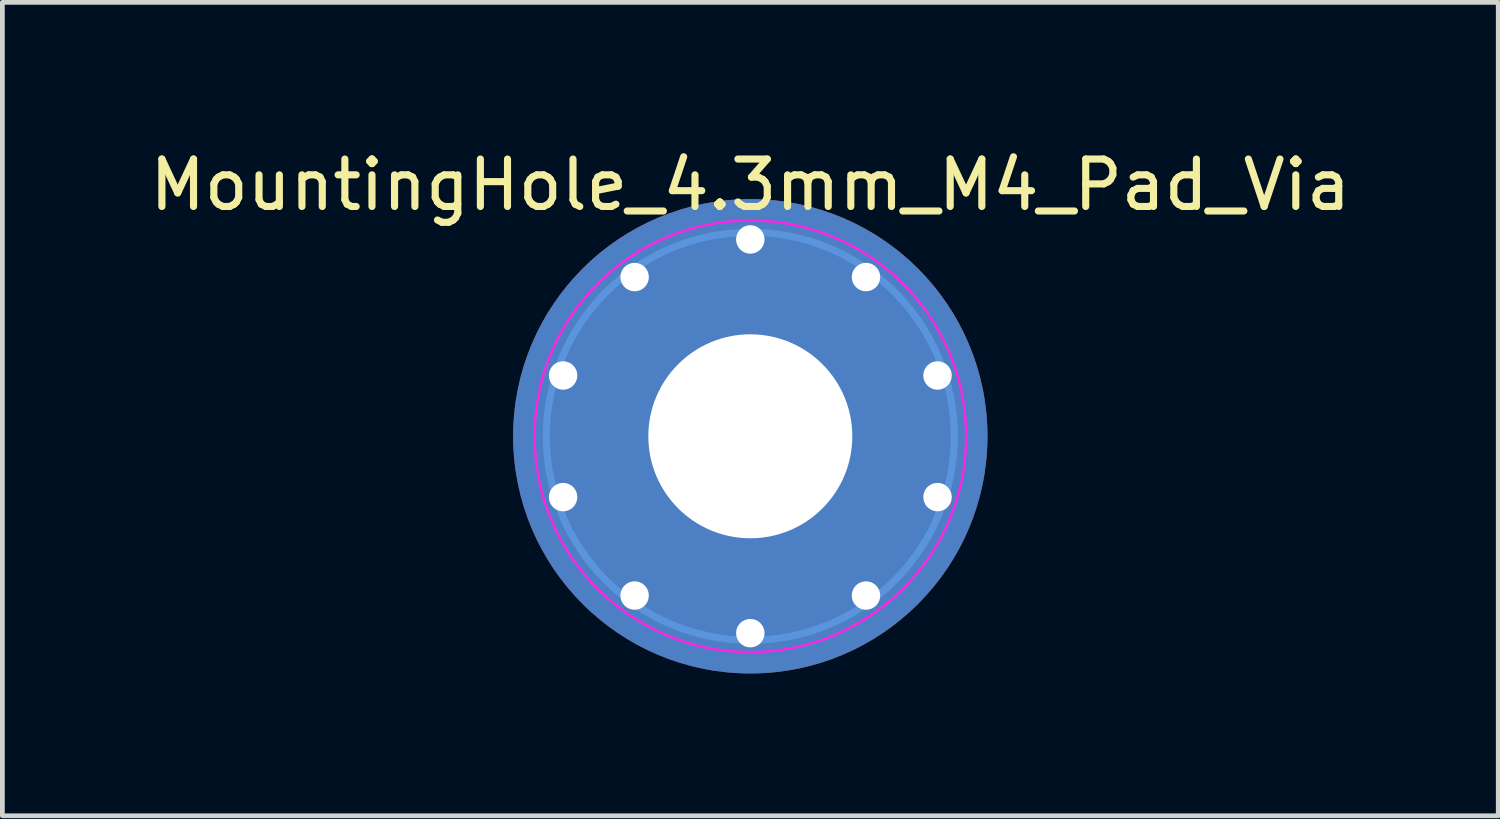
<source format=kicad_pcb>
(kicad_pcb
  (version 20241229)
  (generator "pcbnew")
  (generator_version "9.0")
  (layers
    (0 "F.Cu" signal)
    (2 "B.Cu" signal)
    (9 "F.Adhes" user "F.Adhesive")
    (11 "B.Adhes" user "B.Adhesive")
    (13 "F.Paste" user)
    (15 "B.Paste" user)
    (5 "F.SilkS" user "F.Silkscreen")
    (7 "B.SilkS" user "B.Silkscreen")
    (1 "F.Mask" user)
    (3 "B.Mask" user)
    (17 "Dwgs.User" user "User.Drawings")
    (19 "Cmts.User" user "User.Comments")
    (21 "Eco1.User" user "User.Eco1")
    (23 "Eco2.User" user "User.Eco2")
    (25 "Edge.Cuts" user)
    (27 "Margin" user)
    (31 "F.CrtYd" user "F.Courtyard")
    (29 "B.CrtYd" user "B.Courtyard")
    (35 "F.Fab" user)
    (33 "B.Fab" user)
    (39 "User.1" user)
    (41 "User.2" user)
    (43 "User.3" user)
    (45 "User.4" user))
  (footprint "MountingHole_4.3mm_M4_Pad_Via"
    (layer "F.Cu")
    (at 12.768 6.148)
    (property "Reference" "MountingHole_4.3mm_M4_Pad_Via" (at 0 -5.3 0) (layer "F.SilkS") (effects (font (size 1 1) (thickness 0.15))))
    (attr exclude_from_pos_files)
    (fp_circle (center 0 0) (end 4.3 0) (stroke (width 0.15) (type solid)) (fill no) (layer "Cmts.User"))
    (fp_circle (center 0 0) (end 4.55 0) (stroke (width 0.05) (type solid)) (fill no) (layer "F.CrtYd"))
    (pad "1" thru_hole circle (at 0 -4.15) (size 0.9 0.9) (drill 0.6) (layers "*.Cu" "*.Mask"))
    (pad "1" thru_hole circle (at 0 0) (size 10 10) (drill 4.3) (layers "*.Cu" "*.Mask"))
    (pad "2" thru_hole circle (at -2.439 -3.357) (size 0.9 0.9) (drill 0.6) (layers "*.Cu" "*.Mask"))
    (pad "3" thru_hole circle (at -3.947 -1.282) (size 0.9 0.9) (drill 0.6) (layers "*.Cu" "*.Mask"))
    (pad "4" thru_hole circle (at -3.947 1.282) (size 0.9 0.9) (drill 0.6) (layers "*.Cu" "*.Mask"))
    (pad "5" thru_hole circle (at -2.439 3.357) (size 0.9 0.9) (drill 0.6) (layers "*.Cu" "*.Mask"))
    (pad "6" thru_hole circle (at 0 4.15) (size 0.9 0.9) (drill 0.6) (layers "*.Cu" "*.Mask"))
    (pad "7" thru_hole circle (at 2.439 3.357) (size 0.9 0.9) (drill 0.6) (layers "*.Cu" "*.Mask"))
    (pad "8" thru_hole circle (at 3.947 1.282) (size 0.9 0.9) (drill 0.6) (layers "*.Cu" "*.Mask"))
    (pad "9" thru_hole circle (at 3.947 -1.282) (size 0.9 0.9) (drill 0.6) (layers "*.Cu" "*.Mask"))
    (pad "10" thru_hole circle (at 2.439 -3.357) (size 0.9 0.9) (drill 0.6) (layers "*.Cu" "*.Mask")))
  (gr_rect
    (start -3 -3)
    (end 28.536 14.148)
    (stroke (width 0.1) (type default))
    (fill no)
    (layer "Edge.Cuts")))
</source>
